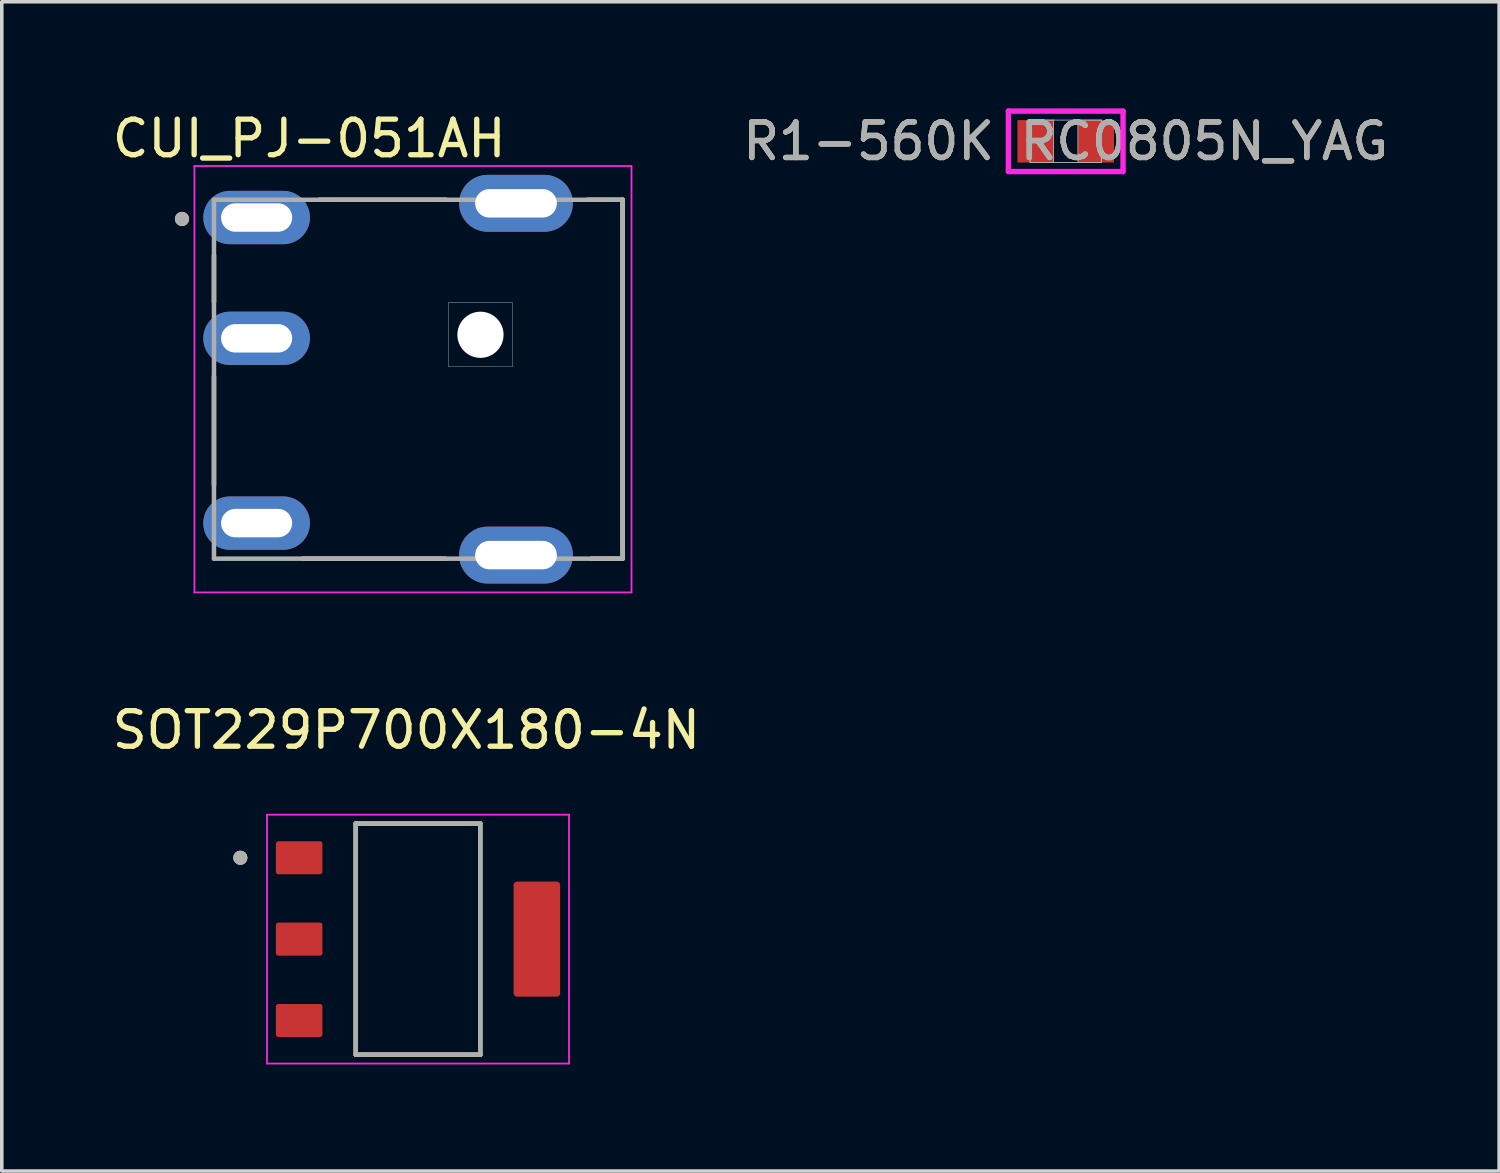
<source format=kicad_pcb>
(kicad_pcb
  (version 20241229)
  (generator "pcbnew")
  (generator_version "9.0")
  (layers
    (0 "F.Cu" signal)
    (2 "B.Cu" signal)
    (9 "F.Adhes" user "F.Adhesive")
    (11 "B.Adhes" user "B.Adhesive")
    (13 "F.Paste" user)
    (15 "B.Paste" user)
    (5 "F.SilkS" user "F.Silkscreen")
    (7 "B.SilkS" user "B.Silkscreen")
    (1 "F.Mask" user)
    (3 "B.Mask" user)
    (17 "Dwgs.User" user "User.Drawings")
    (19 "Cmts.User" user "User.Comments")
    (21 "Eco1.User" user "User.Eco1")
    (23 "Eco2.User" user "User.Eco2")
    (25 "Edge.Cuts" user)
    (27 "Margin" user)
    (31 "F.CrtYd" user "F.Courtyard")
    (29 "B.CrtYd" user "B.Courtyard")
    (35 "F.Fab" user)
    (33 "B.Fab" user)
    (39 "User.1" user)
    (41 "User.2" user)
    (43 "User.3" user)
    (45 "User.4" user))
  (footprint "R1-560K RC0805N_YAG"
    (layer "F.Cu")
    (at 26.943 0.927)
    (property "Reference" "R1-560K RC0805N_YAG" (at 0 0 0) (unlocked yes) (layer "F.SilkS") (effects (font (size 1 1) (thickness 0.15))))
    (attr smd)
    (fp_line (start -1.613 -0.851) (end 1.613 -0.851) (stroke (width 0.152) (type solid)) (layer "F.CrtYd"))
    (fp_line (start -1.613 0.851) (end -1.613 -0.851) (stroke (width 0.152) (type solid)) (layer "F.CrtYd"))
    (fp_line (start 1.613 -0.851) (end 1.613 0.851) (stroke (width 0.152) (type solid)) (layer "F.CrtYd"))
    (fp_line (start 1.613 0.851) (end -1.613 0.851) (stroke (width 0.152) (type solid)) (layer "F.CrtYd"))
    (fp_line (start -1.003 -0.597) (end -1.003 0.597) (stroke (width 0.025) (type solid)) (layer "F.Fab"))
    (fp_line (start -1.003 -0.597) (end -1.003 0.597) (stroke (width 0.025) (type solid)) (layer "F.Fab"))
    (fp_line (start -1.003 0.597) (end -0.343 0.597) (stroke (width 0.025) (type solid)) (layer "F.Fab"))
    (fp_line (start -1.003 0.597) (end 1.003 0.597) (stroke (width 0.025) (type solid)) (layer "F.Fab"))
    (fp_line (start -0.343 -0.597) (end -1.003 -0.597) (stroke (width 0.025) (type solid)) (layer "F.Fab"))
    (fp_line (start -0.343 0.597) (end -0.343 -0.597) (stroke (width 0.025) (type solid)) (layer "F.Fab"))
    (fp_line (start 0.343 -0.597) (end 0.343 0.597) (stroke (width 0.025) (type solid)) (layer "F.Fab"))
    (fp_line (start 0.343 0.597) (end 1.003 0.597) (stroke (width 0.025) (type solid)) (layer "F.Fab"))
    (fp_line (start 1.003 -0.597) (end -1.003 -0.597) (stroke (width 0.025) (type solid)) (layer "F.Fab"))
    (fp_line (start 1.003 -0.597) (end 0.343 -0.597) (stroke (width 0.025) (type solid)) (layer "F.Fab"))
    (fp_line (start 1.003 0.597) (end 1.003 -0.597) (stroke (width 0.025) (type solid)) (layer "F.Fab"))
    (fp_line (start 1.003 0.597) (end 1.003 -0.597) (stroke (width 0.025) (type solid)) (layer "F.Fab"))
    (fp_text user "${REFERENCE}" (at 0 0 0) (unlocked yes) (layer "F.Fab") (effects (font (size 1 1) (thickness 0.15))))
    (pad "1" smd rect (at -0.851 0) (size 1.016 1.194) (layers "F.Cu" "F.Mask" "F.Paste"))
    (pad "2" smd rect (at 0.851 0) (size 1.016 1.194) (layers "F.Cu" "F.Mask" "F.Paste"))
    (zone (net_name "") (layer "F.Cu") (hatch full 0.508) (connect_pads) (min_thickness 0.254) (filled_areas_thickness no) (keepout (tracks not_allowed) (vias not_allowed) (pads allowed) (copperpour not_allowed) (footprints allowed)) (placement (enabled no)) (fill) (polygon (pts (xy 26.651 0.381) (xy 27.235 0.381) (xy 27.235 1.473) (xy 26.651 1.473)))))
  (footprint "CUI_PJ-051AH"
    (layer "F.Cu")
    (at 8.722 7.622)
    (property "Reference" "CUI_PJ-051AH" (at -3.07 -6.773 0) (layer "F.SilkS") (effects (font (size 1 1) (thickness 0.15))))
    (attr through_hole)
    (fp_line (start -5.75 -2.17) (end -5.75 -3.48) (stroke (width 0.127) (type solid)) (layer "F.SilkS"))
    (fp_line (start -5.75 2.98) (end -5.75 -0.08) (stroke (width 0.127) (type solid)) (layer "F.SilkS"))
    (fp_line (start 0.77 5.05) (end -3.25 5.05) (stroke (width 0.127) (type solid)) (layer "F.SilkS"))
    (fp_line (start 0.78 -5.05) (end -2.78 -5.05) (stroke (width 0.127) (type solid)) (layer "F.SilkS"))
    (fp_line (start 5.75 -5.05) (end 4.77 -5.05) (stroke (width 0.127) (type solid)) (layer "F.SilkS"))
    (fp_line (start 5.75 -5.05) (end 5.75 5.05) (stroke (width 0.127) (type solid)) (layer "F.SilkS"))
    (fp_line (start 5.75 5.05) (end 4.87 5.05) (stroke (width 0.127) (type solid)) (layer "F.SilkS"))
    (fp_circle (center -6.65 -4.51) (end -6.55 -4.51) (stroke (width 0.2) (type solid)) (fill no) (layer "F.SilkS"))
    (fp_line (start 0.85 -2.15) (end 2.65 -2.15) (stroke (width 0.01) (type solid)) (layer "Edge.Cuts"))
    (fp_line (start 0.85 -0.35) (end 0.85 -2.15) (stroke (width 0.01) (type solid)) (layer "Edge.Cuts"))
    (fp_line (start 2.65 -2.15) (end 2.65 -0.35) (stroke (width 0.01) (type solid)) (layer "Edge.Cuts"))
    (fp_line (start 2.65 -0.35) (end 0.85 -0.35) (stroke (width 0.01) (type solid)) (layer "Edge.Cuts"))
    (fp_line (start -6.3 -6) (end -6.3 6) (stroke (width 0.05) (type solid)) (layer "F.CrtYd"))
    (fp_line (start 6 -6) (end -6.3 -6) (stroke (width 0.05) (type solid)) (layer "F.CrtYd"))
    (fp_line (start 6 6) (end -6.3 6) (stroke (width 0.05) (type solid)) (layer "F.CrtYd"))
    (fp_line (start 6 6) (end 6 -6) (stroke (width 0.05) (type solid)) (layer "F.CrtYd"))
    (fp_line (start -5.75 -5.05) (end 5.75 -5.05) (stroke (width 0.127) (type solid)) (layer "F.Fab"))
    (fp_line (start -5.75 5.05) (end -5.75 -5.05) (stroke (width 0.127) (type solid)) (layer "F.Fab"))
    (fp_line (start 5.75 -5.05) (end 5.75 5.05) (stroke (width 0.127) (type solid)) (layer "F.Fab"))
    (fp_line (start 5.75 5.05) (end -5.75 5.05) (stroke (width 0.127) (type solid)) (layer "F.Fab"))
    (fp_circle (center -6.65 -4.51) (end -6.55 -4.51) (stroke (width 0.2) (type solid)) (fill no) (layer "F.Fab"))
    (pad "" np_thru_hole circle (at 1.75 -1.25) (size 1.3 1.3) (drill 1.3) (layers "*.Cu" "*.Mask"))
    (pad "1" thru_hole oval (at -4.55 -4.55) (size 3 1.5) (drill oval 2 0.8) (layers "*.Cu" "*.Mask"))
    (pad "2" thru_hole oval (at -4.55 4.05) (size 3 1.5) (drill oval 2 0.8) (layers "*.Cu" "*.Mask"))
    (pad "3" thru_hole oval (at -4.55 -1.15) (size 3 1.5) (drill oval 2 0.8) (layers "*.Cu" "*.Mask"))
    (pad "S1" thru_hole oval (at 2.75 -4.95) (size 3.2 1.6) (drill oval 2.3 0.8) (layers "*.Cu" "*.Mask"))
    (pad "S2" thru_hole oval (at 2.75 4.95) (size 3.2 1.6) (drill oval 2.3 0.8) (layers "*.Cu" "*.Mask")))
  (footprint "SOT229P700X180-4N"
    (layer "F.Cu")
    (at 8.714 23.38)
    (property "Reference" "SOT229P700X180-4N" (at -0.328 -5.885 0) (layer "F.SilkS") (effects (font (size 1 1) (thickness 0.15))))
    (attr smd)
    (fp_line (start -1.752 -3.252) (end 1.752 -3.252) (stroke (width 0.127) (type solid)) (layer "F.SilkS"))
    (fp_line (start -1.752 3.252) (end -1.752 -3.252) (stroke (width 0.127) (type solid)) (layer "F.SilkS"))
    (fp_line (start 1.752 -3.252) (end 1.752 3.252) (stroke (width 0.127) (type solid)) (layer "F.SilkS"))
    (fp_line (start 1.752 3.252) (end -1.752 3.252) (stroke (width 0.127) (type solid)) (layer "F.SilkS"))
    (fp_circle (center -5 -2.29) (end -4.9 -2.29) (stroke (width 0.2) (type solid)) (fill no) (layer "F.SilkS"))
    (fp_line (start -4.25 -3.502) (end -4.25 3.502) (stroke (width 0.05) (type solid)) (layer "F.CrtYd"))
    (fp_line (start -4.25 3.502) (end 4.25 3.502) (stroke (width 0.05) (type solid)) (layer "F.CrtYd"))
    (fp_line (start 4.25 -3.502) (end -4.25 -3.502) (stroke (width 0.05) (type solid)) (layer "F.CrtYd"))
    (fp_line (start 4.25 3.502) (end 4.25 -3.502) (stroke (width 0.05) (type solid)) (layer "F.CrtYd"))
    (fp_line (start -1.752 -3.252) (end 1.752 -3.252) (stroke (width 0.127) (type solid)) (layer "F.Fab"))
    (fp_line (start -1.752 3.252) (end -1.752 -3.252) (stroke (width 0.127) (type solid)) (layer "F.Fab"))
    (fp_line (start 1.752 -3.252) (end 1.752 3.252) (stroke (width 0.127) (type solid)) (layer "F.Fab"))
    (fp_line (start 1.752 3.252) (end -1.752 3.252) (stroke (width 0.127) (type solid)) (layer "F.Fab"))
    (fp_circle (center -5 -2.29) (end -4.9 -2.29) (stroke (width 0.2) (type solid)) (fill no) (layer "F.Fab"))
    (pad "1" smd roundrect (at -3.345 -2.29) (size 1.31 0.93) (layers "F.Cu" "F.Mask" "F.Paste") (roundrect_rratio 0.075))
    (pad "2" smd roundrect (at -3.345 0) (size 1.31 0.93) (layers "F.Cu" "F.Mask" "F.Paste") (roundrect_rratio 0.075))
    (pad "3" smd roundrect (at -3.345 2.29) (size 1.31 0.93) (layers "F.Cu" "F.Mask" "F.Paste") (roundrect_rratio 0.075))
    (pad "4" smd roundrect (at 3.345 0) (size 1.31 3.24) (layers "F.Cu" "F.Mask" "F.Paste") (roundrect_rratio 0.075)))
  (gr_rect
    (start -3 -3)
    (end 39.14 29.907)
    (stroke (width 0.1) (type default))
    (fill no)
    (layer "Edge.Cuts")))
</source>
